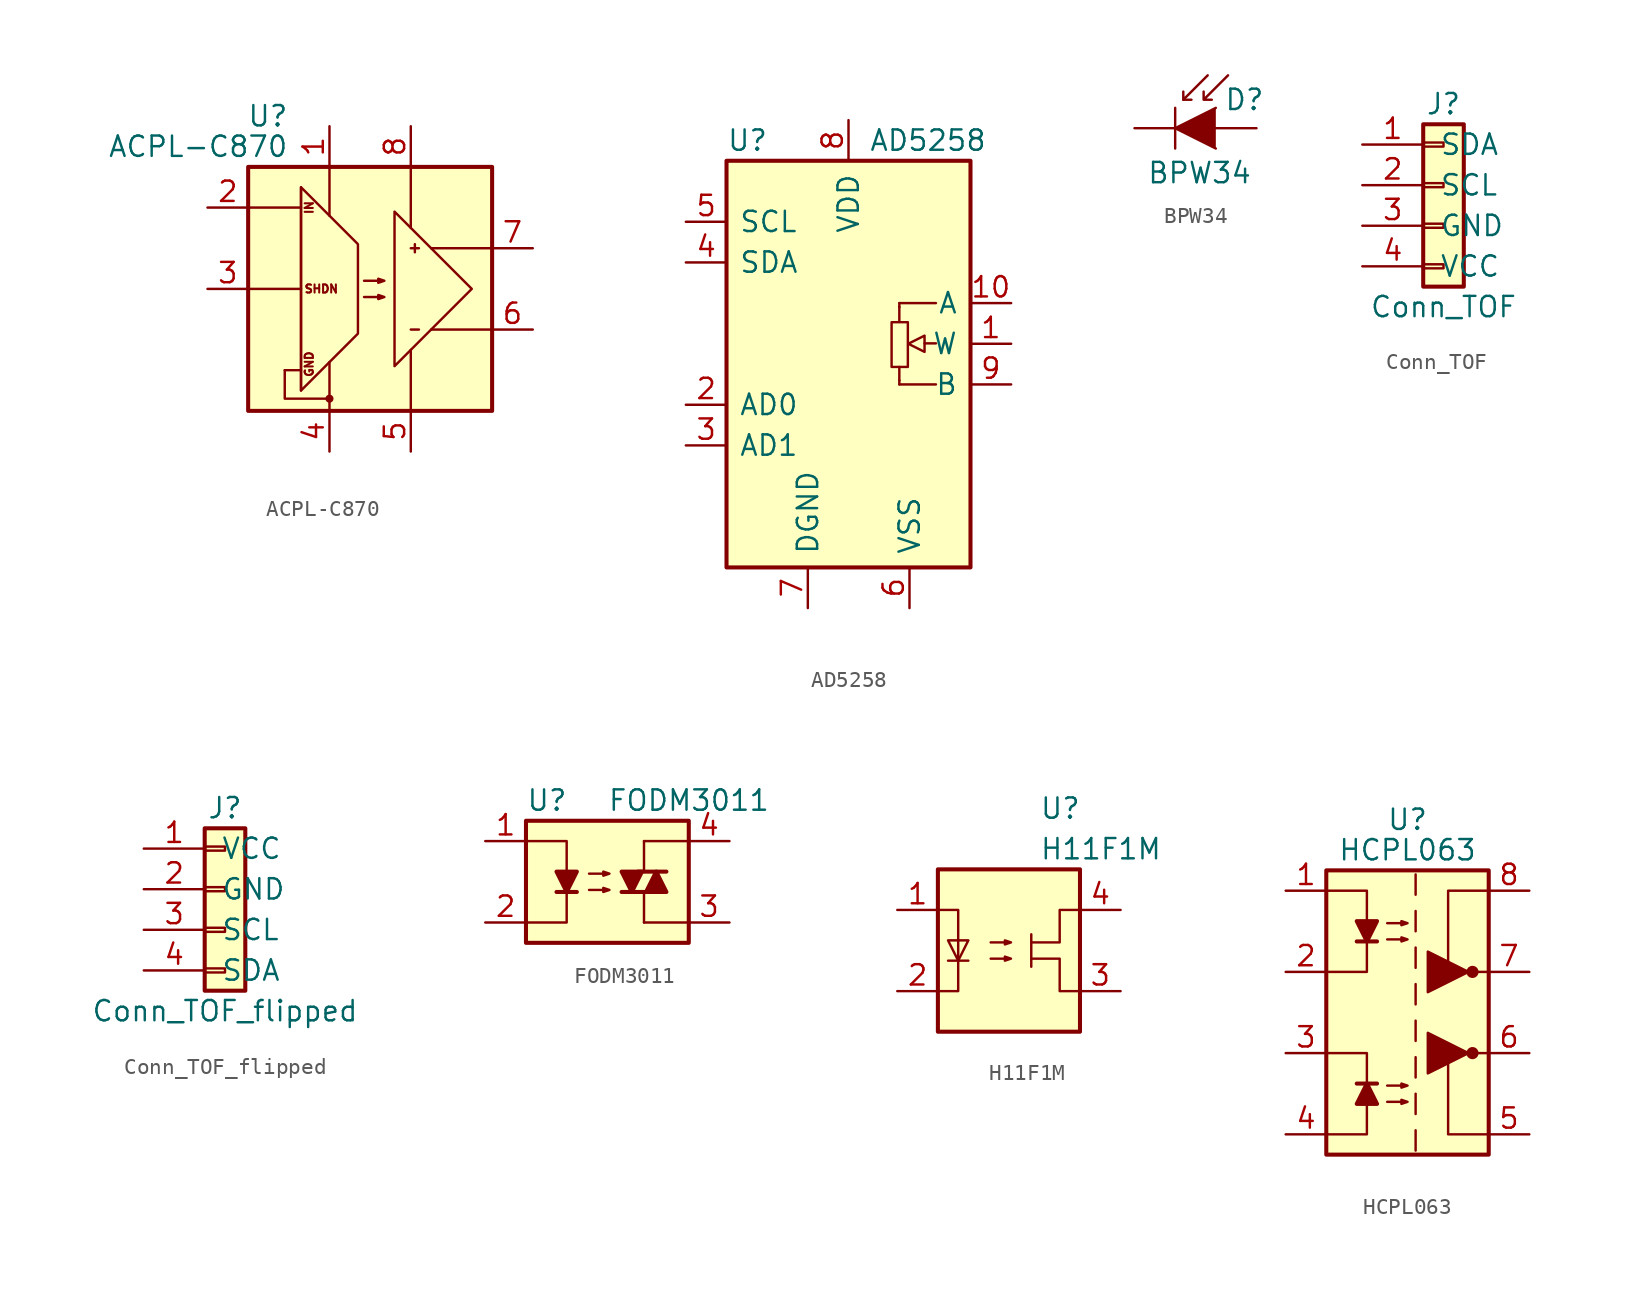
<source format=kicad_sym>
(kicad_symbol_lib
  (version 20211014)
  (generator kicad_symbol_editor)
  (symbol "ACPL-C870"
    (pin_names
      (offset 0) hide)
    (property "Reference" "U"
      (at -5.08 10.795 0)
      (effects (font (size 1.27 1.27)) (justify right)))
    (property "Value" "ACPL-C870"
      (at -5.08 8.89 0)
      (effects (font (size 1.27 1.27)) (justify right)))
    (symbol "ACPL-C870_0_0"
      (circle (center -2.54 -6.858) (radius 0.178) (stroke (width 0) (type default) (color 0 0 0 0)) (fill (type outline)))
      (polyline (pts (xy -7.62 0) (xy -4.318 0)) (stroke (width 0) (type default) (color 0 0 0 0)) (fill (type none)))
      (polyline (pts (xy -4.318 -5.08) (xy -5.334 -5.08)) (stroke (width 0) (type default) (color 0 0 0 0)) (fill (type none)))
      (polyline (pts (xy -5.334 -5.08) (xy -5.334 -6.858) (xy -2.54 -6.858)) (stroke (width 0) (type default) (color 0 0 0 0)) (fill (type none)))
      (text "GND" (at -3.81 -4.699 900) (effects (font (size 0.508 0.508))))
      (text "IN" (at -3.81 5.08 900) (effects (font (size 0.508 0.508))))
      (text "SHDN" (at -3.048 0 0) (effects (font (size 0.508 0.508)))))
    (symbol "ACPL-C870_0_1"
      (rectangle (start -7.62 7.62) (end 7.62 -7.62) (stroke (width 0.254) (type default) (color 0 0 0 0)) (fill (type background)))
      (polyline (pts (xy -7.62 5.08) (xy -4.318 5.08)) (stroke (width 0) (type default) (color 0 0 0 0)) (fill (type none)))
      (polyline (pts (xy -4.318 6.35) (xy -4.318 -6.35)) (stroke (width 0) (type default) (color 0 0 0 0)) (fill (type none)))
      (polyline (pts (xy -2.54 -7.62) (xy -2.54 -4.572)) (stroke (width 0) (type default) (color 0 0 0 0)) (fill (type none)))
      (polyline (pts (xy -2.54 7.62) (xy -2.54 4.572)) (stroke (width 0) (type default) (color 0 0 0 0)) (fill (type none)))
      (polyline (pts (xy 2.54 -7.62) (xy 2.54 -3.81)) (stroke (width 0) (type default) (color 0 0 0 0)) (fill (type none)))
      (polyline (pts (xy 2.54 7.62) (xy 2.54 3.81)) (stroke (width 0) (type default) (color 0 0 0 0)) (fill (type none)))
      (polyline (pts (xy 2.794 2.794) (xy 2.794 2.286)) (stroke (width 0) (type default) (color 0 0 0 0)) (fill (type none)))
      (polyline (pts (xy 3.048 -2.54) (xy 2.54 -2.54)) (stroke (width 0) (type default) (color 0 0 0 0)) (fill (type none)))
      (polyline (pts (xy 3.048 2.54) (xy 2.54 2.54)) (stroke (width 0) (type default) (color 0 0 0 0)) (fill (type none)))
      (polyline (pts (xy 7.62 -2.54) (xy 3.81 -2.54)) (stroke (width 0) (type default) (color 0 0 0 0)) (fill (type none)))
      (polyline (pts (xy 7.62 2.54) (xy 3.81 2.54)) (stroke (width 0) (type default) (color 0 0 0 0)) (fill (type none)))
      (polyline (pts (xy 6.35 0) (xy 1.524 -4.826) (xy 1.524 4.826) (xy 6.35 0)) (stroke (width 0) (type default) (color 0 0 0 0)) (fill (type none)))
      (polyline (pts (xy -4.318 -6.35) (xy -0.762 -2.794) (xy -0.762 2.794) (xy -4.318 6.35) (xy -4.318 -6.35)) (stroke (width 0) (type default) (color 0 0 0 0)) (fill (type none)))
      (polyline (pts (xy -0.381 -0.508) (xy 0.889 -0.508) (xy 0.508 -0.635) (xy 0.508 -0.381) (xy 0.889 -0.508)) (stroke (width 0) (type default) (color 0 0 0 0)) (fill (type none)))
      (polyline (pts (xy -0.381 0.508) (xy 0.889 0.508) (xy 0.508 0.381) (xy 0.508 0.635) (xy 0.889 0.508)) (stroke (width 0) (type default) (color 0 0 0 0)) (fill (type none))))
    (symbol "ACPL-C870_1_1"
      (pin power_in line (at -2.54 10.16 270) (length 2.54) (name "VDD1" (effects (font (size 1.27 1.27)))) (number "1" (effects (font (size 1.27 1.27)))))
      (pin input line (at -10.16 5.08 0) (length 2.54) (name "IN" (effects (font (size 1.27 1.27)))) (number "2" (effects (font (size 1.27 1.27)))))
      (pin input line (at -10.16 0 0) (length 2.54) (name "IN-" (effects (font (size 1.27 1.27)))) (number "3" (effects (font (size 1.27 1.27)))))
      (pin power_in line (at -2.54 -10.16 90) (length 2.54) (name "GND1" (effects (font (size 1.27 1.27)))) (number "4" (effects (font (size 1.27 1.27)))))
      (pin power_in line (at 2.54 -10.16 90) (length 2.54) (name "GND2" (effects (font (size 1.27 1.27)))) (number "5" (effects (font (size 1.27 1.27)))))
      (pin output line (at 10.16 -2.54 180) (length 2.54) (name "OUT-" (effects (font (size 1.27 1.27)))) (number "6" (effects (font (size 1.27 1.27)))))
      (pin output line (at 10.16 2.54 180) (length 2.54) (name "OUT+" (effects (font (size 1.27 1.27)))) (number "7" (effects (font (size 1.27 1.27)))))
      (pin power_in line (at 2.54 10.16 270) (length 2.54) (name "VDD2" (effects (font (size 1.27 1.27)))) (number "8" (effects (font (size 1.27 1.27)))))))
  (symbol "AD5258"
    (pin_names
      (offset 0.762))
    (property "Reference" "U"
      (at -7.62 21.59 0)
      (effects (font (size 1.27 1.27)) (justify left)))
    (property "Value" "AD5258"
      (at 1.27 21.59 0)
      (effects (font (size 1.27 1.27)) (justify left)))
    (symbol "AD5258_0_1"
      (rectangle (start -7.62 20.32) (end 7.62 -5.08) (stroke (width 0.254) (type default) (color 0 0 0 0)) (fill (type background))))
    (symbol "AD5258_1_1"
      (polyline (pts (xy 3.175 6.604) (xy 3.175 7.442)) (stroke (width 0) (type default) (color 0 0 0 0)) (fill (type none)))
      (polyline (pts (xy 3.175 11.201) (xy 3.175 10.262)) (stroke (width 0) (type default) (color 0 0 0 0)) (fill (type none)))
      (polyline (pts (xy 4.75 8.915) (xy 5.461 8.915)) (stroke (width 0) (type default) (color 0 0 0 0)) (fill (type none)))
      (polyline (pts (xy 3.175 6.35) (xy 3.175 6.604) (xy 3.175 6.604)) (stroke (width 0) (type default) (color 0 0 0 0)) (fill (type background)))
      (polyline (pts (xy 3.175 6.35) (xy 5.461 6.35) (xy 5.461 6.35)) (stroke (width 0) (type default) (color 0 0 0 0)) (fill (type background)))
      (polyline (pts (xy 3.175 11.43) (xy 3.175 11.176) (xy 3.175 11.176)) (stroke (width 0) (type default) (color 0 0 0 0)) (fill (type none)))
      (polyline (pts (xy 3.175 11.43) (xy 5.461 11.43) (xy 5.461 11.43)) (stroke (width 0) (type default) (color 0 0 0 0)) (fill (type background)))
      (polyline (pts (xy 4.75 9.398) (xy 4.75 8.382) (xy 3.734 8.89) (xy 4.75 9.398) (xy 4.75 9.398)) (stroke (width 0) (type default) (color 0 0 0 0)) (fill (type background)))
      (rectangle (start 2.692 10.236) (end 3.708 7.442) (stroke (width 0) (type default) (color 0 0 0 0)) (fill (type none)))
      (pin passive line (at 10.16 8.89 180) (length 2.54) (name "W" (effects (font (size 1.27 1.27)))) (number "1" (effects (font (size 1.27 1.27)))))
      (pin passive line (at 10.16 11.43 180) (length 2.54) (name "A" (effects (font (size 1.27 1.27)))) (number "10" (effects (font (size 1.27 1.27)))))
      (pin input line (at -10.16 5.08 0) (length 2.54) (name "AD0" (effects (font (size 1.27 1.27)))) (number "2" (effects (font (size 1.27 1.27)))))
      (pin input line (at -10.16 2.54 0) (length 2.54) (name "AD1" (effects (font (size 1.27 1.27)))) (number "3" (effects (font (size 1.27 1.27)))))
      (pin bidirectional line (at -10.16 13.97 0) (length 2.54) (name "SDA" (effects (font (size 1.27 1.27)))) (number "4" (effects (font (size 1.27 1.27)))))
      (pin input line (at -10.16 16.51 0) (length 2.54) (name "SCL" (effects (font (size 1.27 1.27)))) (number "5" (effects (font (size 1.27 1.27)))))
      (pin power_in line (at 3.81 -7.62 90) (length 2.54) (name "VSS" (effects (font (size 1.27 1.27)))) (number "6" (effects (font (size 1.27 1.27)))))
      (pin power_in line (at -2.54 -7.62 90) (length 2.54) (name "DGND" (effects (font (size 1.27 1.27)))) (number "7" (effects (font (size 1.27 1.27)))))
      (pin power_in line (at 0 22.86 270) (length 2.54) (name "VDD" (effects (font (size 1.27 1.27)))) (number "8" (effects (font (size 1.27 1.27)))))
      (pin passive line (at 10.16 6.35 180) (length 2.54) (name "B" (effects (font (size 1.27 1.27)))) (number "9" (effects (font (size 1.27 1.27)))))))
  (symbol "BPW34"
    (pin_numbers hide)
    (pin_names
      (offset 1.016) hide)
    (property "Reference" "D"
      (at 0.508 1.778 0)
      (effects (font (size 1.27 1.27)) (justify left)))
    (property "Value" "BPW34"
      (at -1.016 -2.794 0)
      (effects (font (size 1.27 1.27))))
    (symbol "BPW34_0_1"
      (polyline (pts (xy -2.54 1.27) (xy -2.54 -1.27)) (stroke (width 0.152) (type default) (color 0 0 0 0)) (fill (type none)))
      (polyline (pts (xy -2.032 1.778) (xy -1.524 1.778)) (stroke (width 0) (type default) (color 0 0 0 0)) (fill (type none)))
      (polyline (pts (xy -0.508 3.302) (xy -2.032 1.778) (xy -2.032 2.286)) (stroke (width 0) (type default) (color 0 0 0 0)) (fill (type none)))
      (polyline (pts (xy 0 1.27) (xy -2.54 0) (xy 0 -1.27)) (stroke (width 0) (type default) (color 0 0 0 0)) (fill (type outline)))
      (polyline (pts (xy 0.762 3.302) (xy -0.762 1.778) (xy -0.762 2.286) (xy -0.762 1.778) (xy -0.254 1.778)) (stroke (width 0) (type default) (color 0 0 0 0)) (fill (type none))))
    (symbol "BPW34_1_1"
      (pin passive line (at -5.08 0 0) (length 2.54) (name "K" (effects (font (size 1.27 1.27)))) (number "1" (effects (font (size 1.27 1.27)))))
      (pin passive line (at 2.54 0 180) (length 2.54) (name "A" (effects (font (size 1.27 1.27)))) (number "2" (effects (font (size 1.27 1.27)))))))
  (symbol "Conn_TOF"
    (pin_names
      (offset 1.016))
    (property "Reference" "J"
      (at 0 5.08 0)
      (effects (font (size 1.27 1.27))))
    (property "Value" "Conn_TOF"
      (at 0 -7.62 0)
      (effects (font (size 1.27 1.27))))
    (symbol "Conn_TOF_1_1"
      (rectangle (start -1.27 -4.953) (end 0 -5.207) (stroke (width 0.152) (type default) (color 0 0 0 0)) (fill (type none)))
      (rectangle (start -1.27 -2.413) (end 0 -2.667) (stroke (width 0.152) (type default) (color 0 0 0 0)) (fill (type none)))
      (rectangle (start -1.27 0.127) (end 0 -0.127) (stroke (width 0.152) (type default) (color 0 0 0 0)) (fill (type none)))
      (rectangle (start -1.27 2.667) (end 0 2.413) (stroke (width 0.152) (type default) (color 0 0 0 0)) (fill (type none)))
      (rectangle (start -1.27 3.81) (end 1.27 -6.35) (stroke (width 0.254) (type default) (color 0 0 0 0)) (fill (type background)))
      (pin bidirectional line (at -5.08 2.54 0) (length 3.81) (name "SDA" (effects (font (size 1.27 1.27)))) (number "1" (effects (font (size 1.27 1.27)))))
      (pin bidirectional line (at -5.08 0 0) (length 3.81) (name "SCL" (effects (font (size 1.27 1.27)))) (number "2" (effects (font (size 1.27 1.27)))))
      (pin power_in line (at -5.08 -2.54 0) (length 3.81) (name "GND" (effects (font (size 1.27 1.27)))) (number "3" (effects (font (size 1.27 1.27)))))
      (pin power_in line (at -5.08 -5.08 0) (length 3.81) (name "VCC" (effects (font (size 1.27 1.27)))) (number "4" (effects (font (size 1.27 1.27)))))))
  (symbol "Conn_TOF_flipped"
    (pin_names
      (offset 1.016))
    (property "Reference" "J"
      (at 0 5.08 0)
      (effects (font (size 1.27 1.27))))
    (property "Value" "Conn_TOF_flipped"
      (at 0 -7.62 0)
      (effects (font (size 1.27 1.27))))
    (symbol "Conn_TOF_flipped_1_1"
      (rectangle (start -1.27 -4.953) (end 0 -5.207) (stroke (width 0.152) (type default) (color 0 0 0 0)) (fill (type none)))
      (rectangle (start -1.27 -2.413) (end 0 -2.667) (stroke (width 0.152) (type default) (color 0 0 0 0)) (fill (type none)))
      (rectangle (start -1.27 0.127) (end 0 -0.127) (stroke (width 0.152) (type default) (color 0 0 0 0)) (fill (type none)))
      (rectangle (start -1.27 2.667) (end 0 2.413) (stroke (width 0.152) (type default) (color 0 0 0 0)) (fill (type none)))
      (rectangle (start -1.27 3.81) (end 1.27 -6.35) (stroke (width 0.254) (type default) (color 0 0 0 0)) (fill (type background)))
      (pin power_in line (at -5.08 2.54 0) (length 3.81) (name "VCC" (effects (font (size 1.27 1.27)))) (number "1" (effects (font (size 1.27 1.27)))))
      (pin power_in line (at -5.08 0 0) (length 3.81) (name "GND" (effects (font (size 1.27 1.27)))) (number "2" (effects (font (size 1.27 1.27)))))
      (pin bidirectional line (at -5.08 -2.54 0) (length 3.81) (name "SCL" (effects (font (size 1.27 1.27)))) (number "3" (effects (font (size 1.27 1.27)))))
      (pin bidirectional line (at -5.08 -5.08 0) (length 3.81) (name "SDA" (effects (font (size 1.27 1.27)))) (number "4" (effects (font (size 1.27 1.27)))))))
  (symbol "FODM3011"
    (pin_names
      (offset 1.016))
    (property "Reference" "U"
      (at -5.08 5.08 0)
      (effects (font (size 1.27 1.27)) (justify left)))
    (property "Value" "FODM3011"
      (at 0 5.08 0)
      (effects (font (size 1.27 1.27)) (justify left)))
    (symbol "FODM3011_0_1"
      (rectangle (start -5.08 3.81) (end 5.08 -3.81) (stroke (width 0.254) (type default) (color 0 0 0 0)) (fill (type background)))
      (polyline (pts (xy -3.175 -0.635) (xy -1.905 -0.635)) (stroke (width 0.254) (type default) (color 0 0 0 0)) (fill (type none)))
      (polyline (pts (xy 1.905 0.635) (xy 3.683 0.635)) (stroke (width 0.254) (type default) (color 0 0 0 0)) (fill (type none)))
      (polyline (pts (xy 2.286 -2.54) (xy 2.286 -0.635)) (stroke (width 0) (type default) (color 0 0 0 0)) (fill (type none)))
      (polyline (pts (xy 2.286 -2.54) (xy 5.08 -2.54)) (stroke (width 0) (type default) (color 0 0 0 0)) (fill (type none)))
      (polyline (pts (xy 2.286 2.54) (xy 2.286 0.635)) (stroke (width 0) (type default) (color 0 0 0 0)) (fill (type none)))
      (polyline (pts (xy 2.286 2.54) (xy 5.08 2.54)) (stroke (width 0) (type default) (color 0 0 0 0)) (fill (type none)))
      (polyline (pts (xy 2.667 -0.635) (xy 0.889 -0.635)) (stroke (width 0.254) (type default) (color 0 0 0 0)) (fill (type none)))
      (polyline (pts (xy -5.08 2.54) (xy -2.54 2.54) (xy -2.54 0.635)) (stroke (width 0) (type default) (color 0 0 0 0)) (fill (type none)))
      (polyline (pts (xy -2.54 -0.635) (xy -2.54 -2.54) (xy -5.08 -2.54)) (stroke (width 0) (type default) (color 0 0 0 0)) (fill (type none)))
      (polyline (pts (xy -2.54 -0.635) (xy -3.175 0.635) (xy -1.905 0.635) (xy -2.54 -0.635)) (stroke (width 0.254) (type default) (color 0 0 0 0)) (fill (type outline)))
      (polyline (pts (xy 1.524 -0.635) (xy 2.159 0.635) (xy 0.889 0.635) (xy 1.524 -0.635)) (stroke (width 0.254) (type default) (color 0 0 0 0)) (fill (type outline)))
      (polyline (pts (xy 3.048 0.635) (xy 2.413 -0.635) (xy 3.683 -0.635) (xy 3.048 0.635)) (stroke (width 0.254) (type default) (color 0 0 0 0)) (fill (type outline)))
      (polyline (pts (xy -1.143 -0.508) (xy 0.127 -0.508) (xy -0.254 -0.635) (xy -0.254 -0.381) (xy 0.127 -0.508)) (stroke (width 0) (type default) (color 0 0 0 0)) (fill (type none)))
      (polyline (pts (xy -1.143 0.508) (xy 0.127 0.508) (xy -0.254 0.381) (xy -0.254 0.635) (xy 0.127 0.508)) (stroke (width 0) (type default) (color 0 0 0 0)) (fill (type none))))
    (symbol "FODM3011_1_1"
      (pin passive line (at -7.62 2.54 0) (length 2.54) (name "~" (effects (font (size 1.27 1.27)))) (number "1" (effects (font (size 1.27 1.27)))))
      (pin passive line (at -7.62 -2.54 0) (length 2.54) (name "~" (effects (font (size 1.27 1.27)))) (number "2" (effects (font (size 1.27 1.27)))))
      (pin passive line (at 7.62 -2.54 180) (length 2.54) (name "~" (effects (font (size 1.27 1.27)))) (number "3" (effects (font (size 1.27 1.27)))))
      (pin passive line (at 7.62 2.54 180) (length 2.54) (name "~" (effects (font (size 1.27 1.27)))) (number "4" (effects (font (size 1.27 1.27)))))))
  (symbol "H11F1M"
    (pin_names
      (offset 1.016))
    (property "Reference" "U"
      (at 1.27 8.89 0)
      (effects (font (size 1.27 1.27)) (justify left)))
    (property "Value" "H11F1M"
      (at 1.27 6.35 0)
      (effects (font (size 1.27 1.27)) (justify left)))
    (symbol "H11F1M_0_1"
      (rectangle (start -5.08 5.08) (end 3.81 -5.08) (stroke (width 0.254) (type default) (color 0 0 0 0)) (fill (type background)))
      (polyline (pts (xy -4.445 -0.635) (xy -3.175 -0.635)) (stroke (width 0) (type default) (color 0 0 0 0)) (fill (type none)))
      (polyline (pts (xy 0.762 -1.016) (xy 0.762 1.016)) (stroke (width 0) (type default) (color 0 0 0 0)) (fill (type none)))
      (polyline (pts (xy -5.08 -2.54) (xy -3.81 -2.54) (xy -3.81 2.54) (xy -5.08 2.54)) (stroke (width 0) (type default) (color 0 0 0 0)) (fill (type none)))
      (polyline (pts (xy -3.81 -0.635) (xy -4.445 0.635) (xy -3.175 0.635) (xy -3.81 -0.635)) (stroke (width 0) (type default) (color 0 0 0 0)) (fill (type none)))
      (polyline (pts (xy 0.762 -0.508) (xy 2.54 -0.508) (xy 2.54 -2.54) (xy 3.81 -2.54)) (stroke (width 0) (type default) (color 0 0 0 0)) (fill (type none)))
      (polyline (pts (xy 3.81 2.54) (xy 2.54 2.54) (xy 2.54 0.508) (xy 0.762 0.508)) (stroke (width 0) (type default) (color 0 0 0 0)) (fill (type none)))
      (polyline (pts (xy -1.778 -0.508) (xy -0.508 -0.508) (xy -0.889 -0.635) (xy -0.889 -0.381) (xy -0.508 -0.508)) (stroke (width 0) (type default) (color 0 0 0 0)) (fill (type none)))
      (polyline (pts (xy -1.778 0.508) (xy -0.508 0.508) (xy -0.889 0.381) (xy -0.889 0.635) (xy -0.508 0.508)) (stroke (width 0) (type default) (color 0 0 0 0)) (fill (type none))))
    (symbol "H11F1M_1_1"
      (pin passive line (at -7.62 2.54 0) (length 2.54) (name "~" (effects (font (size 1.27 1.27)))) (number "1" (effects (font (size 1.27 1.27)))))
      (pin passive line (at -7.62 -2.54 0) (length 2.54) (name "~" (effects (font (size 1.27 1.27)))) (number "2" (effects (font (size 1.27 1.27)))))
      (pin power_in line (at 6.35 -2.54 180) (length 2.54) (name "~" (effects (font (size 1.27 1.27)))) (number "3" (effects (font (size 1.27 1.27)))))
      (pin power_in line (at 6.35 2.54 180) (length 2.54) (name "~" (effects (font (size 1.27 1.27)))) (number "4" (effects (font (size 1.27 1.27)))))))
  (symbol "HCPL063"
    (pin_names
      (offset 0) hide)
    (property "Reference" "U"
      (at 0 12.065 0)
      (effects (font (size 1.27 1.27))))
    (property "Value" "HCPL063"
      (at 0 10.16 0)
      (effects (font (size 1.27 1.27))))
    (symbol "HCPL063_0_1"
      (rectangle (start -5.08 8.89) (end 5.08 -8.89) (stroke (width 0.254) (type default) (color 0 0 0 0)) (fill (type background)))
      (polyline (pts (xy -3.175 -4.445) (xy -1.905 -4.445)) (stroke (width 0.254) (type default) (color 0 0 0 0)) (fill (type none)))
      (polyline (pts (xy -3.175 4.445) (xy -1.905 4.445)) (stroke (width 0.254) (type default) (color 0 0 0 0)) (fill (type none)))
      (polyline (pts (xy 0.508 -7.366) (xy 0.508 -8.636)) (stroke (width 0) (type default) (color 0 0 0 0)) (fill (type none)))
      (polyline (pts (xy 0.508 -5.08) (xy 0.508 -6.35)) (stroke (width 0) (type default) (color 0 0 0 0)) (fill (type none)))
      (polyline (pts (xy 0.508 -2.794) (xy 0.508 -4.064)) (stroke (width 0) (type default) (color 0 0 0 0)) (fill (type none)))
      (polyline (pts (xy 0.508 -0.508) (xy 0.508 -1.778)) (stroke (width 0) (type default) (color 0 0 0 0)) (fill (type none)))
      (polyline (pts (xy 0.508 1.778) (xy 0.508 0.508)) (stroke (width 0) (type default) (color 0 0 0 0)) (fill (type none)))
      (polyline (pts (xy 0.508 4.064) (xy 0.508 2.794)) (stroke (width 0) (type default) (color 0 0 0 0)) (fill (type none)))
      (polyline (pts (xy 0.508 6.35) (xy 0.508 5.08)) (stroke (width 0) (type default) (color 0 0 0 0)) (fill (type none)))
      (polyline (pts (xy 0.508 8.636) (xy 0.508 7.366)) (stroke (width 0) (type default) (color 0 0 0 0)) (fill (type none)))
      (polyline (pts (xy 4.318 -2.54) (xy 5.08 -2.54)) (stroke (width 0) (type default) (color 0 0 0 0)) (fill (type none)))
      (polyline (pts (xy 4.318 2.54) (xy 5.08 2.54)) (stroke (width 0) (type default) (color 0 0 0 0)) (fill (type none)))
      (polyline (pts (xy -5.08 -7.62) (xy -2.54 -7.62) (xy -2.54 -5.715)) (stroke (width 0) (type default) (color 0 0 0 0)) (fill (type none)))
      (polyline (pts (xy -5.08 7.62) (xy -2.54 7.62) (xy -2.54 5.715)) (stroke (width 0) (type default) (color 0 0 0 0)) (fill (type none)))
      (polyline (pts (xy -2.54 -4.445) (xy -2.54 -2.54) (xy -5.08 -2.54)) (stroke (width 0) (type default) (color 0 0 0 0)) (fill (type none)))
      (polyline (pts (xy -2.54 4.445) (xy -2.54 2.54) (xy -5.08 2.54)) (stroke (width 0) (type default) (color 0 0 0 0)) (fill (type none)))
      (polyline (pts (xy 5.08 -7.62) (xy 2.54 -7.62) (xy 2.54 -2.54)) (stroke (width 0) (type default) (color 0 0 0 0)) (fill (type none)))
      (polyline (pts (xy 5.08 7.62) (xy 2.54 7.62) (xy 2.54 2.54)) (stroke (width 0) (type default) (color 0 0 0 0)) (fill (type none)))
      (polyline (pts (xy -2.54 -4.445) (xy -3.175 -5.715) (xy -1.905 -5.715) (xy -2.54 -4.445)) (stroke (width 0.254) (type default) (color 0 0 0 0)) (fill (type outline)))
      (polyline (pts (xy -2.54 4.445) (xy -3.175 5.715) (xy -1.905 5.715) (xy -2.54 4.445)) (stroke (width 0.254) (type default) (color 0 0 0 0)) (fill (type outline)))
      (polyline (pts (xy 3.81 -2.54) (xy 1.27 -3.81) (xy 1.27 -1.27) (xy 3.81 -2.54)) (stroke (width 0) (type default) (color 0 0 0 0)) (fill (type outline)))
      (polyline (pts (xy 3.81 2.54) (xy 1.27 1.27) (xy 1.27 3.81) (xy 3.81 2.54)) (stroke (width 0) (type default) (color 0 0 0 0)) (fill (type outline)))
      (polyline (pts (xy -1.27 -5.588) (xy 0 -5.588) (xy -0.381 -5.715) (xy -0.381 -5.461) (xy 0 -5.588)) (stroke (width 0) (type default) (color 0 0 0 0)) (fill (type none)))
      (polyline (pts (xy -1.27 -4.572) (xy 0 -4.572) (xy -0.381 -4.699) (xy -0.381 -4.445) (xy 0 -4.572)) (stroke (width 0) (type default) (color 0 0 0 0)) (fill (type none)))
      (polyline (pts (xy -1.27 4.572) (xy 0 4.572) (xy -0.381 4.445) (xy -0.381 4.699) (xy 0 4.572)) (stroke (width 0) (type default) (color 0 0 0 0)) (fill (type none)))
      (polyline (pts (xy -1.27 5.588) (xy 0 5.588) (xy -0.381 5.461) (xy -0.381 5.715) (xy 0 5.588)) (stroke (width 0) (type default) (color 0 0 0 0)) (fill (type none)))
      (circle (center 4.064 -2.54) (radius 0.254) (stroke (width 0.254) (type default) (color 0 0 0 0)) (fill (type outline)))
      (circle (center 4.064 2.54) (radius 0.254) (stroke (width 0.254) (type default) (color 0 0 0 0)) (fill (type outline))))
    (symbol "HCPL063_1_1"
      (pin passive line (at -7.62 7.62 0) (length 2.54) (name "A1" (effects (font (size 1.27 1.27)))) (number "1" (effects (font (size 1.27 1.27)))))
      (pin passive line (at -7.62 2.54 0) (length 2.54) (name "C1" (effects (font (size 1.27 1.27)))) (number "2" (effects (font (size 1.27 1.27)))))
      (pin passive line (at -7.62 -2.54 0) (length 2.54) (name "A2" (effects (font (size 1.27 1.27)))) (number "3" (effects (font (size 1.27 1.27)))))
      (pin passive line (at -7.62 -7.62 0) (length 2.54) (name "C2" (effects (font (size 1.27 1.27)))) (number "4" (effects (font (size 1.27 1.27)))))
      (pin power_in line (at 7.62 -7.62 180) (length 2.54) (name "GND" (effects (font (size 1.27 1.27)))) (number "5" (effects (font (size 1.27 1.27)))))
      (pin open_collector line (at 7.62 -2.54 180) (length 2.54) (name "VO2" (effects (font (size 1.27 1.27)))) (number "6" (effects (font (size 1.27 1.27)))))
      (pin open_collector line (at 7.62 2.54 180) (length 2.54) (name "VO1" (effects (font (size 1.27 1.27)))) (number "7" (effects (font (size 1.27 1.27)))))
      (pin power_in line (at 7.62 7.62 180) (length 2.54) (name "VCC" (effects (font (size 1.27 1.27)))) (number "8" (effects (font (size 1.27 1.27))))))))
</source>
